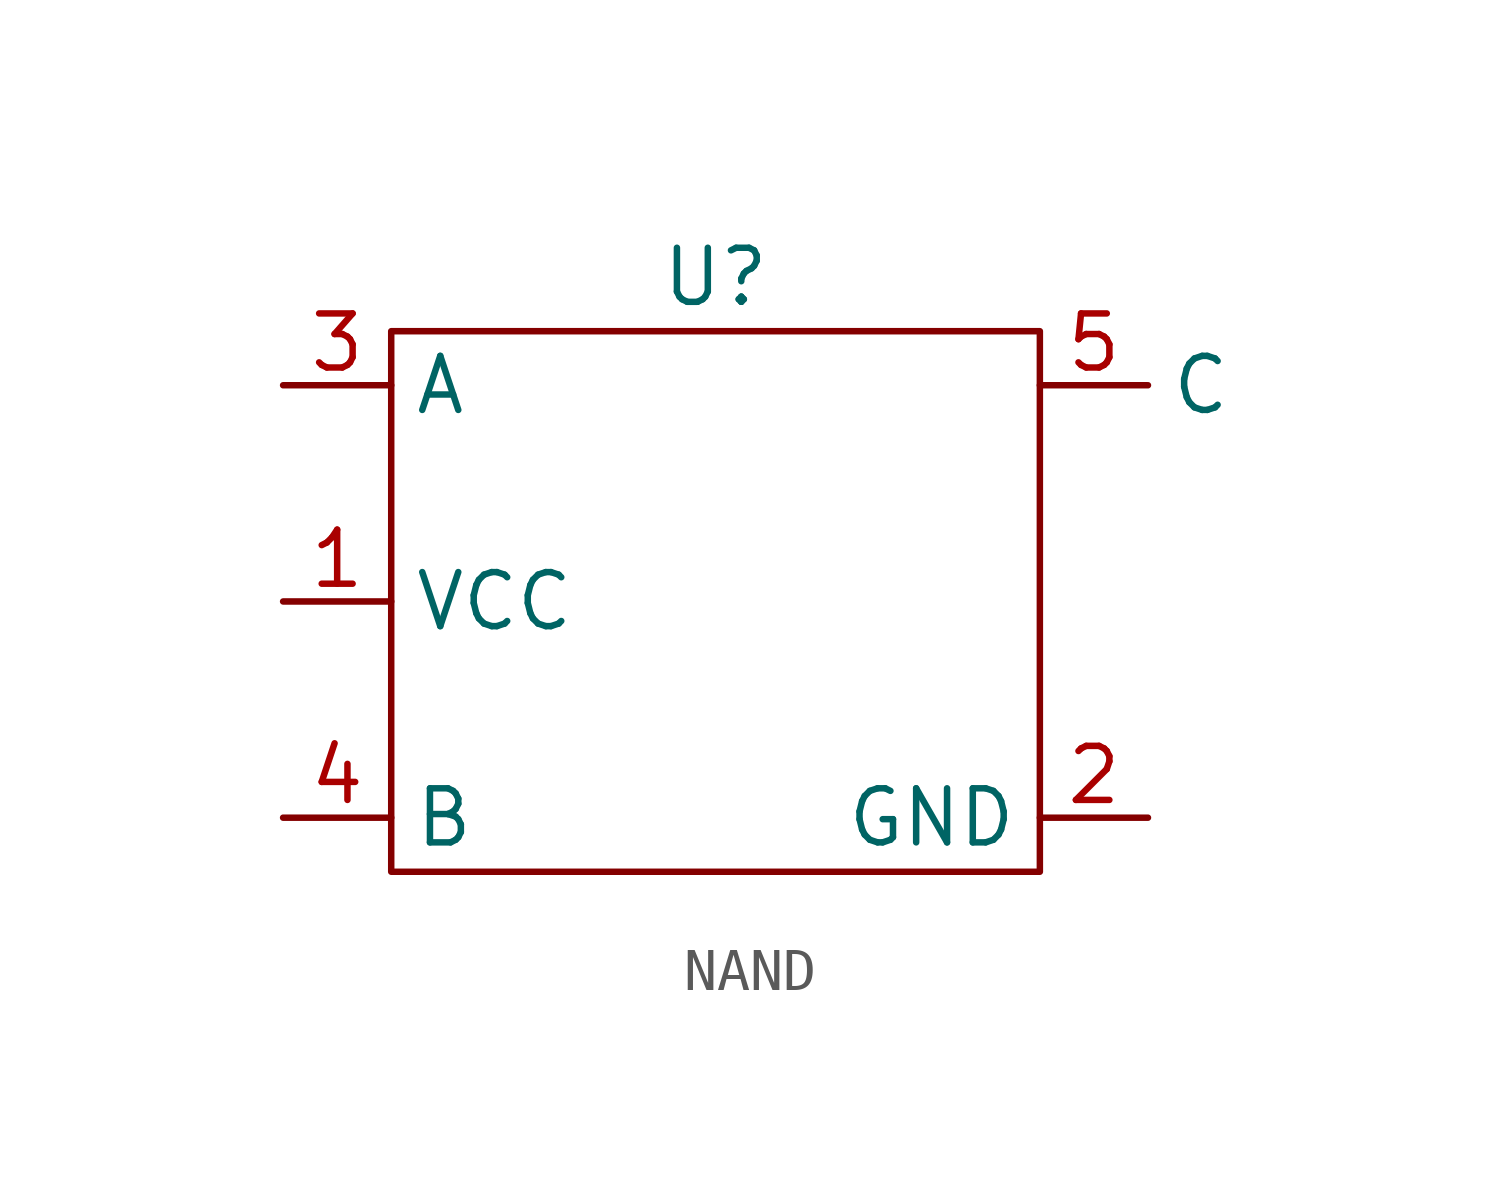
<source format=kicad_sym>
(kicad_symbol_lib
  (version 20220914)
  (generator kicad_symbol_editor)
  (symbol "NAND"
    (property "Reference" "U"
      (at 10.16 2.54 0)
      (effects (font (size 1.27 1.27))))
    (property "Value" ""
      (at 0 0 0)
      (effects (font (size 1.27 1.27))))
    (symbol "NAND_0_0"
      (pin power_in line (at 0 -5.08 0) (length 2.54) (name "VCC" (effects (font (size 1.27 1.27)))) (number "1" (effects (font (size 1.27 1.27)))))
      (pin power_in line (at 20.32 -10.16 180) (length 2.54) (name "GND" (effects (font (size 1.27 1.27)))) (number "2" (effects (font (size 1.27 1.27)))))
      (pin input line (at 0 0 0) (length 2.54) (name "A" (effects (font (size 1.27 1.27)))) (number "3" (effects (font (size 1.27 1.27)))))
      (pin input line (at 0 -10.16 0) (length 2.54) (name "B" (effects (font (size 1.27 1.27)))) (number "4" (effects (font (size 1.27 1.27)))))
      (pin output line (at 17.78 0 0) (length 2.54) (name "C" (effects (font (size 1.27 1.27)))) (number "5" (effects (font (size 1.27 1.27))))))
    (symbol "NAND_0_1"
      (rectangle (start 2.54 1.27) (end 17.78 -11.43) (stroke (width 0) (type default)) (fill (type none))))))
</source>
